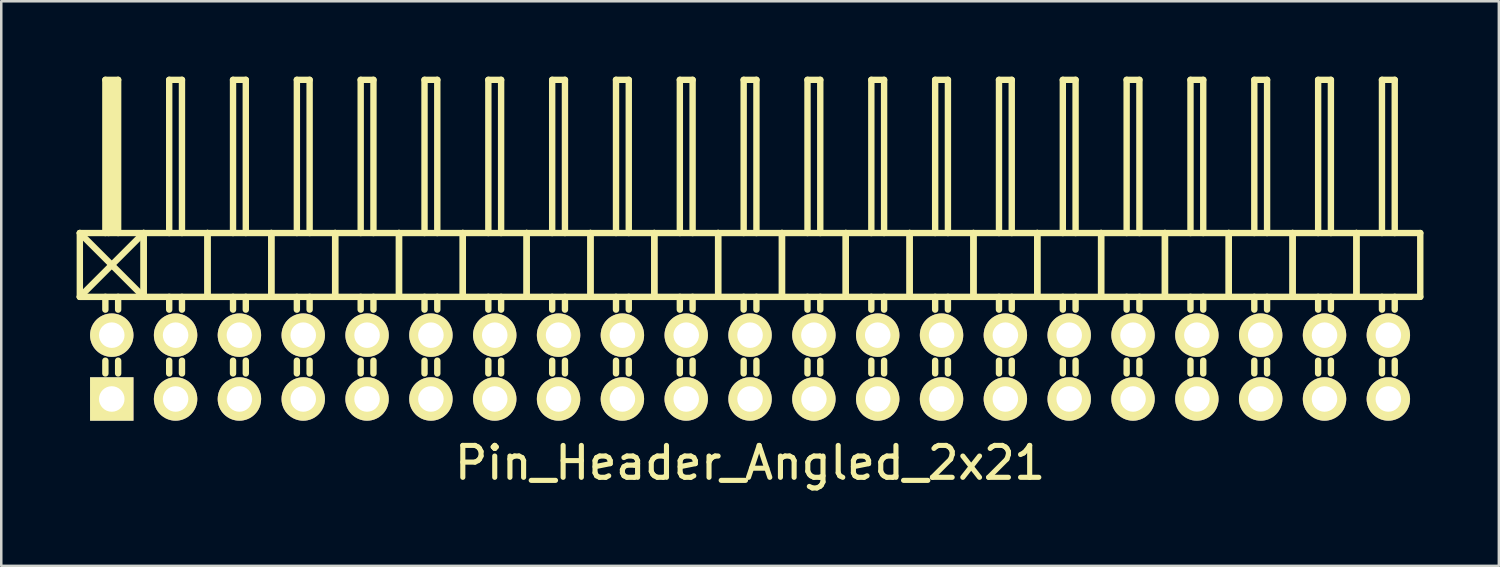
<source format=kicad_pcb>
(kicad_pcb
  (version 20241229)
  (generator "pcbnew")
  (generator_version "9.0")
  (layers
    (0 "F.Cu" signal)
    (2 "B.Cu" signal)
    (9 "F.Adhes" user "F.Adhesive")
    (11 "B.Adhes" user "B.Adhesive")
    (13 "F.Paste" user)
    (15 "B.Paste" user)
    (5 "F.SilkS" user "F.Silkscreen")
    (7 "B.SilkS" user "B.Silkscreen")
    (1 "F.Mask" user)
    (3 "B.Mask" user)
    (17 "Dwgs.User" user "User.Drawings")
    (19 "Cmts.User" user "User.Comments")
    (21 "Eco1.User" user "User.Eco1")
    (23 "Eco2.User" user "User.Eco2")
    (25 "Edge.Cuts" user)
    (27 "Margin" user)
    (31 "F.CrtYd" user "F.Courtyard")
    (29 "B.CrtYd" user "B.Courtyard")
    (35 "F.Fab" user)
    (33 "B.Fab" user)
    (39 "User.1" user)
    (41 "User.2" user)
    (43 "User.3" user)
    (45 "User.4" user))
  (footprint "Pin_Header_Angled_2x21"
    (layer "F.Cu")
    (at 26.797 11.557)
    (property "Reference" "Pin_Header_Angled_2x21" (at 0 3.81 0) (layer "F.SilkS") (effects (font (size 1.27 1.27) (thickness 0.203))))
    (attr through_hole)
    (fp_line (start -26.67 -5.334) (end -24.13 -2.794) (stroke (width 0.254) (type solid)) (layer "F.SilkS"))
    (fp_line (start -26.67 -2.794) (end -26.67 -5.334) (stroke (width 0.254) (type solid)) (layer "F.SilkS"))
    (fp_line (start -26.67 -2.794) (end -24.13 -5.334) (stroke (width 0.254) (type solid)) (layer "F.SilkS"))
    (fp_line (start -26.67 -2.794) (end -24.13 -2.794) (stroke (width 0.254) (type solid)) (layer "F.SilkS"))
    (fp_line (start -25.654 -11.43) (end -25.146 -11.43) (stroke (width 0.254) (type solid)) (layer "F.SilkS"))
    (fp_line (start -25.654 -5.334) (end -25.654 -11.43) (stroke (width 0.254) (type solid)) (layer "F.SilkS"))
    (fp_line (start -25.654 -2.794) (end -25.654 -2.286) (stroke (width 0.254) (type solid)) (layer "F.SilkS"))
    (fp_line (start -25.654 -0.254) (end -25.654 0.254) (stroke (width 0.254) (type solid)) (layer "F.SilkS"))
    (fp_line (start -25.527 -11.303) (end -25.273 -11.303) (stroke (width 0.254) (type solid)) (layer "F.SilkS"))
    (fp_line (start -25.527 -5.334) (end -25.527 -11.303) (stroke (width 0.254) (type solid)) (layer "F.SilkS"))
    (fp_line (start -25.4 -5.461) (end -25.4 -11.303) (stroke (width 0.254) (type solid)) (layer "F.SilkS"))
    (fp_line (start -25.273 -11.303) (end -25.273 -5.461) (stroke (width 0.254) (type solid)) (layer "F.SilkS"))
    (fp_line (start -25.273 -5.461) (end -25.4 -5.461) (stroke (width 0.254) (type solid)) (layer "F.SilkS"))
    (fp_line (start -25.146 -11.43) (end -25.146 -5.334) (stroke (width 0.254) (type solid)) (layer "F.SilkS"))
    (fp_line (start -25.146 -2.794) (end -25.146 -2.286) (stroke (width 0.254) (type solid)) (layer "F.SilkS"))
    (fp_line (start -25.146 -0.254) (end -25.146 0.254) (stroke (width 0.254) (type solid)) (layer "F.SilkS"))
    (fp_line (start -24.13 -5.334) (end -26.67 -5.334) (stroke (width 0.254) (type solid)) (layer "F.SilkS"))
    (fp_line (start -24.13 -2.794) (end -24.13 -5.334) (stroke (width 0.254) (type solid)) (layer "F.SilkS"))
    (fp_line (start -24.13 -2.794) (end -24.13 -5.334) (stroke (width 0.254) (type solid)) (layer "F.SilkS"))
    (fp_line (start -24.13 -2.794) (end -21.59 -2.794) (stroke (width 0.254) (type solid)) (layer "F.SilkS"))
    (fp_line (start -23.114 -11.43) (end -22.606 -11.43) (stroke (width 0.254) (type solid)) (layer "F.SilkS"))
    (fp_line (start -23.114 -5.334) (end -23.114 -11.43) (stroke (width 0.254) (type solid)) (layer "F.SilkS"))
    (fp_line (start -23.114 -2.794) (end -23.114 -2.286) (stroke (width 0.254) (type solid)) (layer "F.SilkS"))
    (fp_line (start -23.114 -0.254) (end -23.114 0.254) (stroke (width 0.254) (type solid)) (layer "F.SilkS"))
    (fp_line (start -22.606 -11.43) (end -22.606 -5.334) (stroke (width 0.254) (type solid)) (layer "F.SilkS"))
    (fp_line (start -22.606 -2.794) (end -22.606 -2.286) (stroke (width 0.254) (type solid)) (layer "F.SilkS"))
    (fp_line (start -22.606 -0.254) (end -22.606 0.254) (stroke (width 0.254) (type solid)) (layer "F.SilkS"))
    (fp_line (start -21.59 -5.334) (end -24.13 -5.334) (stroke (width 0.254) (type solid)) (layer "F.SilkS"))
    (fp_line (start -21.59 -2.794) (end -21.59 -5.334) (stroke (width 0.254) (type solid)) (layer "F.SilkS"))
    (fp_line (start -21.59 -2.794) (end -21.59 -5.334) (stroke (width 0.254) (type solid)) (layer "F.SilkS"))
    (fp_line (start -21.59 -2.794) (end -19.05 -2.794) (stroke (width 0.254) (type solid)) (layer "F.SilkS"))
    (fp_line (start -20.574 -11.43) (end -20.066 -11.43) (stroke (width 0.254) (type solid)) (layer "F.SilkS"))
    (fp_line (start -20.574 -5.334) (end -20.574 -11.43) (stroke (width 0.254) (type solid)) (layer "F.SilkS"))
    (fp_line (start -20.574 -2.794) (end -20.574 -2.286) (stroke (width 0.254) (type solid)) (layer "F.SilkS"))
    (fp_line (start -20.574 -0.254) (end -20.574 0.254) (stroke (width 0.254) (type solid)) (layer "F.SilkS"))
    (fp_line (start -20.066 -11.43) (end -20.066 -5.334) (stroke (width 0.254) (type solid)) (layer "F.SilkS"))
    (fp_line (start -20.066 -2.794) (end -20.066 -2.286) (stroke (width 0.254) (type solid)) (layer "F.SilkS"))
    (fp_line (start -20.066 -0.254) (end -20.066 0.254) (stroke (width 0.254) (type solid)) (layer "F.SilkS"))
    (fp_line (start -19.05 -5.334) (end -21.59 -5.334) (stroke (width 0.254) (type solid)) (layer "F.SilkS"))
    (fp_line (start -19.05 -2.794) (end -19.05 -5.334) (stroke (width 0.254) (type solid)) (layer "F.SilkS"))
    (fp_line (start -19.05 -2.794) (end -19.05 -5.334) (stroke (width 0.254) (type solid)) (layer "F.SilkS"))
    (fp_line (start -19.05 -2.794) (end -16.51 -2.794) (stroke (width 0.254) (type solid)) (layer "F.SilkS"))
    (fp_line (start -18.034 -11.43) (end -17.526 -11.43) (stroke (width 0.254) (type solid)) (layer "F.SilkS"))
    (fp_line (start -18.034 -5.334) (end -18.034 -11.43) (stroke (width 0.254) (type solid)) (layer "F.SilkS"))
    (fp_line (start -18.034 -2.794) (end -18.034 -2.286) (stroke (width 0.254) (type solid)) (layer "F.SilkS"))
    (fp_line (start -18.034 -0.254) (end -18.034 0.254) (stroke (width 0.254) (type solid)) (layer "F.SilkS"))
    (fp_line (start -17.526 -11.43) (end -17.526 -5.334) (stroke (width 0.254) (type solid)) (layer "F.SilkS"))
    (fp_line (start -17.526 -2.794) (end -17.526 -2.286) (stroke (width 0.254) (type solid)) (layer "F.SilkS"))
    (fp_line (start -17.526 -0.254) (end -17.526 0.254) (stroke (width 0.254) (type solid)) (layer "F.SilkS"))
    (fp_line (start -16.51 -5.334) (end -19.05 -5.334) (stroke (width 0.254) (type solid)) (layer "F.SilkS"))
    (fp_line (start -16.51 -2.794) (end -16.51 -5.334) (stroke (width 0.254) (type solid)) (layer "F.SilkS"))
    (fp_line (start -16.51 -2.794) (end -16.51 -5.334) (stroke (width 0.254) (type solid)) (layer "F.SilkS"))
    (fp_line (start -16.51 -2.794) (end -13.97 -2.794) (stroke (width 0.254) (type solid)) (layer "F.SilkS"))
    (fp_line (start -15.494 -11.43) (end -14.986 -11.43) (stroke (width 0.254) (type solid)) (layer "F.SilkS"))
    (fp_line (start -15.494 -5.334) (end -15.494 -11.43) (stroke (width 0.254) (type solid)) (layer "F.SilkS"))
    (fp_line (start -15.494 -2.794) (end -15.494 -2.286) (stroke (width 0.254) (type solid)) (layer "F.SilkS"))
    (fp_line (start -15.494 -0.254) (end -15.494 0.254) (stroke (width 0.254) (type solid)) (layer "F.SilkS"))
    (fp_line (start -14.986 -11.43) (end -14.986 -5.334) (stroke (width 0.254) (type solid)) (layer "F.SilkS"))
    (fp_line (start -14.986 -2.794) (end -14.986 -2.286) (stroke (width 0.254) (type solid)) (layer "F.SilkS"))
    (fp_line (start -14.986 -0.254) (end -14.986 0.254) (stroke (width 0.254) (type solid)) (layer "F.SilkS"))
    (fp_line (start -13.97 -5.334) (end -16.51 -5.334) (stroke (width 0.254) (type solid)) (layer "F.SilkS"))
    (fp_line (start -13.97 -2.794) (end -13.97 -5.334) (stroke (width 0.254) (type solid)) (layer "F.SilkS"))
    (fp_line (start -13.97 -2.794) (end -13.97 -5.334) (stroke (width 0.254) (type solid)) (layer "F.SilkS"))
    (fp_line (start -13.97 -2.794) (end -11.43 -2.794) (stroke (width 0.254) (type solid)) (layer "F.SilkS"))
    (fp_line (start -12.954 -11.43) (end -12.446 -11.43) (stroke (width 0.254) (type solid)) (layer "F.SilkS"))
    (fp_line (start -12.954 -5.334) (end -12.954 -11.43) (stroke (width 0.254) (type solid)) (layer "F.SilkS"))
    (fp_line (start -12.954 -2.794) (end -12.954 -2.286) (stroke (width 0.254) (type solid)) (layer "F.SilkS"))
    (fp_line (start -12.954 -0.254) (end -12.954 0.254) (stroke (width 0.254) (type solid)) (layer "F.SilkS"))
    (fp_line (start -12.446 -11.43) (end -12.446 -5.334) (stroke (width 0.254) (type solid)) (layer "F.SilkS"))
    (fp_line (start -12.446 -2.794) (end -12.446 -2.286) (stroke (width 0.254) (type solid)) (layer "F.SilkS"))
    (fp_line (start -12.446 -0.254) (end -12.446 0.254) (stroke (width 0.254) (type solid)) (layer "F.SilkS"))
    (fp_line (start -11.43 -5.334) (end -13.97 -5.334) (stroke (width 0.254) (type solid)) (layer "F.SilkS"))
    (fp_line (start -11.43 -2.794) (end -11.43 -5.334) (stroke (width 0.254) (type solid)) (layer "F.SilkS"))
    (fp_line (start -11.43 -2.794) (end -11.43 -5.334) (stroke (width 0.254) (type solid)) (layer "F.SilkS"))
    (fp_line (start -11.43 -2.794) (end -8.89 -2.794) (stroke (width 0.254) (type solid)) (layer "F.SilkS"))
    (fp_line (start -10.414 -11.43) (end -9.906 -11.43) (stroke (width 0.254) (type solid)) (layer "F.SilkS"))
    (fp_line (start -10.414 -5.334) (end -10.414 -11.43) (stroke (width 0.254) (type solid)) (layer "F.SilkS"))
    (fp_line (start -10.414 -2.794) (end -10.414 -2.286) (stroke (width 0.254) (type solid)) (layer "F.SilkS"))
    (fp_line (start -10.414 -0.254) (end -10.414 0.254) (stroke (width 0.254) (type solid)) (layer "F.SilkS"))
    (fp_line (start -9.906 -11.43) (end -9.906 -5.334) (stroke (width 0.254) (type solid)) (layer "F.SilkS"))
    (fp_line (start -9.906 -2.794) (end -9.906 -2.286) (stroke (width 0.254) (type solid)) (layer "F.SilkS"))
    (fp_line (start -9.906 -0.254) (end -9.906 0.254) (stroke (width 0.254) (type solid)) (layer "F.SilkS"))
    (fp_line (start -8.89 -5.334) (end -11.43 -5.334) (stroke (width 0.254) (type solid)) (layer "F.SilkS"))
    (fp_line (start -8.89 -2.794) (end -8.89 -5.334) (stroke (width 0.254) (type solid)) (layer "F.SilkS"))
    (fp_line (start -8.89 -2.794) (end -8.89 -5.334) (stroke (width 0.254) (type solid)) (layer "F.SilkS"))
    (fp_line (start -8.89 -2.794) (end -6.35 -2.794) (stroke (width 0.254) (type solid)) (layer "F.SilkS"))
    (fp_line (start -7.874 -11.43) (end -7.366 -11.43) (stroke (width 0.254) (type solid)) (layer "F.SilkS"))
    (fp_line (start -7.874 -5.334) (end -7.874 -11.43) (stroke (width 0.254) (type solid)) (layer "F.SilkS"))
    (fp_line (start -7.874 -2.794) (end -7.874 -2.286) (stroke (width 0.254) (type solid)) (layer "F.SilkS"))
    (fp_line (start -7.874 -0.254) (end -7.874 0.254) (stroke (width 0.254) (type solid)) (layer "F.SilkS"))
    (fp_line (start -7.366 -11.43) (end -7.366 -5.334) (stroke (width 0.254) (type solid)) (layer "F.SilkS"))
    (fp_line (start -7.366 -2.794) (end -7.366 -2.286) (stroke (width 0.254) (type solid)) (layer "F.SilkS"))
    (fp_line (start -7.366 -0.254) (end -7.366 0.254) (stroke (width 0.254) (type solid)) (layer "F.SilkS"))
    (fp_line (start -6.35 -5.334) (end -8.89 -5.334) (stroke (width 0.254) (type solid)) (layer "F.SilkS"))
    (fp_line (start -6.35 -2.794) (end -6.35 -5.334) (stroke (width 0.254) (type solid)) (layer "F.SilkS"))
    (fp_line (start -6.35 -2.794) (end -6.35 -5.334) (stroke (width 0.254) (type solid)) (layer "F.SilkS"))
    (fp_line (start -6.35 -2.794) (end -3.81 -2.794) (stroke (width 0.254) (type solid)) (layer "F.SilkS"))
    (fp_line (start -5.334 -11.43) (end -4.826 -11.43) (stroke (width 0.254) (type solid)) (layer "F.SilkS"))
    (fp_line (start -5.334 -5.334) (end -5.334 -11.43) (stroke (width 0.254) (type solid)) (layer "F.SilkS"))
    (fp_line (start -5.334 -2.794) (end -5.334 -2.286) (stroke (width 0.254) (type solid)) (layer "F.SilkS"))
    (fp_line (start -5.334 -0.254) (end -5.334 0.254) (stroke (width 0.254) (type solid)) (layer "F.SilkS"))
    (fp_line (start -4.826 -11.43) (end -4.826 -5.334) (stroke (width 0.254) (type solid)) (layer "F.SilkS"))
    (fp_line (start -4.826 -2.794) (end -4.826 -2.286) (stroke (width 0.254) (type solid)) (layer "F.SilkS"))
    (fp_line (start -4.826 -0.254) (end -4.826 0.254) (stroke (width 0.254) (type solid)) (layer "F.SilkS"))
    (fp_line (start -3.81 -5.334) (end -6.35 -5.334) (stroke (width 0.254) (type solid)) (layer "F.SilkS"))
    (fp_line (start -3.81 -2.794) (end -3.81 -5.334) (stroke (width 0.254) (type solid)) (layer "F.SilkS"))
    (fp_line (start -3.81 -2.794) (end -3.81 -5.334) (stroke (width 0.254) (type solid)) (layer "F.SilkS"))
    (fp_line (start -3.81 -2.794) (end -1.27 -2.794) (stroke (width 0.254) (type solid)) (layer "F.SilkS"))
    (fp_line (start -2.794 -11.43) (end -2.286 -11.43) (stroke (width 0.254) (type solid)) (layer "F.SilkS"))
    (fp_line (start -2.794 -5.334) (end -2.794 -11.43) (stroke (width 0.254) (type solid)) (layer "F.SilkS"))
    (fp_line (start -2.794 -2.794) (end -2.794 -2.286) (stroke (width 0.254) (type solid)) (layer "F.SilkS"))
    (fp_line (start -2.794 -0.254) (end -2.794 0.254) (stroke (width 0.254) (type solid)) (layer "F.SilkS"))
    (fp_line (start -2.286 -11.43) (end -2.286 -5.334) (stroke (width 0.254) (type solid)) (layer "F.SilkS"))
    (fp_line (start -2.286 -2.794) (end -2.286 -2.286) (stroke (width 0.254) (type solid)) (layer "F.SilkS"))
    (fp_line (start -2.286 -0.254) (end -2.286 0.254) (stroke (width 0.254) (type solid)) (layer "F.SilkS"))
    (fp_line (start -1.27 -5.334) (end -3.81 -5.334) (stroke (width 0.254) (type solid)) (layer "F.SilkS"))
    (fp_line (start -1.27 -2.794) (end -1.27 -5.334) (stroke (width 0.254) (type solid)) (layer "F.SilkS"))
    (fp_line (start -1.27 -2.794) (end -1.27 -5.334) (stroke (width 0.254) (type solid)) (layer "F.SilkS"))
    (fp_line (start -1.27 -2.794) (end 1.27 -2.794) (stroke (width 0.254) (type solid)) (layer "F.SilkS"))
    (fp_line (start -0.254 -11.43) (end 0.254 -11.43) (stroke (width 0.254) (type solid)) (layer "F.SilkS"))
    (fp_line (start -0.254 -5.334) (end -0.254 -11.43) (stroke (width 0.254) (type solid)) (layer "F.SilkS"))
    (fp_line (start -0.254 -2.794) (end -0.254 -2.286) (stroke (width 0.254) (type solid)) (layer "F.SilkS"))
    (fp_line (start -0.254 -0.254) (end -0.254 0.254) (stroke (width 0.254) (type solid)) (layer "F.SilkS"))
    (fp_line (start 0.254 -11.43) (end 0.254 -5.334) (stroke (width 0.254) (type solid)) (layer "F.SilkS"))
    (fp_line (start 0.254 -2.794) (end 0.254 -2.286) (stroke (width 0.254) (type solid)) (layer "F.SilkS"))
    (fp_line (start 0.254 -0.254) (end 0.254 0.254) (stroke (width 0.254) (type solid)) (layer "F.SilkS"))
    (fp_line (start 1.27 -5.334) (end -1.27 -5.334) (stroke (width 0.254) (type solid)) (layer "F.SilkS"))
    (fp_line (start 1.27 -2.794) (end 1.27 -5.334) (stroke (width 0.254) (type solid)) (layer "F.SilkS"))
    (fp_line (start 1.27 -2.794) (end 1.27 -5.334) (stroke (width 0.254) (type solid)) (layer "F.SilkS"))
    (fp_line (start 1.27 -2.794) (end 3.81 -2.794) (stroke (width 0.254) (type solid)) (layer "F.SilkS"))
    (fp_line (start 2.286 -11.43) (end 2.794 -11.43) (stroke (width 0.254) (type solid)) (layer "F.SilkS"))
    (fp_line (start 2.286 -5.334) (end 2.286 -11.43) (stroke (width 0.254) (type solid)) (layer "F.SilkS"))
    (fp_line (start 2.286 -2.794) (end 2.286 -2.286) (stroke (width 0.254) (type solid)) (layer "F.SilkS"))
    (fp_line (start 2.286 -0.254) (end 2.286 0.254) (stroke (width 0.254) (type solid)) (layer "F.SilkS"))
    (fp_line (start 2.794 -11.43) (end 2.794 -5.334) (stroke (width 0.254) (type solid)) (layer "F.SilkS"))
    (fp_line (start 2.794 -2.794) (end 2.794 -2.286) (stroke (width 0.254) (type solid)) (layer "F.SilkS"))
    (fp_line (start 2.794 -0.254) (end 2.794 0.254) (stroke (width 0.254) (type solid)) (layer "F.SilkS"))
    (fp_line (start 3.81 -5.334) (end 1.27 -5.334) (stroke (width 0.254) (type solid)) (layer "F.SilkS"))
    (fp_line (start 3.81 -2.794) (end 3.81 -5.334) (stroke (width 0.254) (type solid)) (layer "F.SilkS"))
    (fp_line (start 3.81 -2.794) (end 3.81 -5.334) (stroke (width 0.254) (type solid)) (layer "F.SilkS"))
    (fp_line (start 3.81 -2.794) (end 6.35 -2.794) (stroke (width 0.254) (type solid)) (layer "F.SilkS"))
    (fp_line (start 4.826 -11.43) (end 5.334 -11.43) (stroke (width 0.254) (type solid)) (layer "F.SilkS"))
    (fp_line (start 4.826 -5.334) (end 4.826 -11.43) (stroke (width 0.254) (type solid)) (layer "F.SilkS"))
    (fp_line (start 4.826 -2.794) (end 4.826 -2.286) (stroke (width 0.254) (type solid)) (layer "F.SilkS"))
    (fp_line (start 4.826 -0.254) (end 4.826 0.254) (stroke (width 0.254) (type solid)) (layer "F.SilkS"))
    (fp_line (start 5.334 -11.43) (end 5.334 -5.334) (stroke (width 0.254) (type solid)) (layer "F.SilkS"))
    (fp_line (start 5.334 -2.794) (end 5.334 -2.286) (stroke (width 0.254) (type solid)) (layer "F.SilkS"))
    (fp_line (start 5.334 -0.254) (end 5.334 0.254) (stroke (width 0.254) (type solid)) (layer "F.SilkS"))
    (fp_line (start 6.35 -5.334) (end 3.81 -5.334) (stroke (width 0.254) (type solid)) (layer "F.SilkS"))
    (fp_line (start 6.35 -2.794) (end 6.35 -5.334) (stroke (width 0.254) (type solid)) (layer "F.SilkS"))
    (fp_line (start 6.35 -2.794) (end 6.35 -5.334) (stroke (width 0.254) (type solid)) (layer "F.SilkS"))
    (fp_line (start 6.35 -2.794) (end 8.89 -2.794) (stroke (width 0.254) (type solid)) (layer "F.SilkS"))
    (fp_line (start 7.366 -11.43) (end 7.874 -11.43) (stroke (width 0.254) (type solid)) (layer "F.SilkS"))
    (fp_line (start 7.366 -5.334) (end 7.366 -11.43) (stroke (width 0.254) (type solid)) (layer "F.SilkS"))
    (fp_line (start 7.366 -2.794) (end 7.366 -2.286) (stroke (width 0.254) (type solid)) (layer "F.SilkS"))
    (fp_line (start 7.366 -0.254) (end 7.366 0.254) (stroke (width 0.254) (type solid)) (layer "F.SilkS"))
    (fp_line (start 7.874 -11.43) (end 7.874 -5.334) (stroke (width 0.254) (type solid)) (layer "F.SilkS"))
    (fp_line (start 7.874 -2.794) (end 7.874 -2.286) (stroke (width 0.254) (type solid)) (layer "F.SilkS"))
    (fp_line (start 7.874 -0.254) (end 7.874 0.254) (stroke (width 0.254) (type solid)) (layer "F.SilkS"))
    (fp_line (start 8.89 -5.334) (end 6.35 -5.334) (stroke (width 0.254) (type solid)) (layer "F.SilkS"))
    (fp_line (start 8.89 -2.794) (end 8.89 -5.334) (stroke (width 0.254) (type solid)) (layer "F.SilkS"))
    (fp_line (start 8.89 -2.794) (end 8.89 -5.334) (stroke (width 0.254) (type solid)) (layer "F.SilkS"))
    (fp_line (start 8.89 -2.794) (end 11.43 -2.794) (stroke (width 0.254) (type solid)) (layer "F.SilkS"))
    (fp_line (start 9.906 -11.43) (end 10.414 -11.43) (stroke (width 0.254) (type solid)) (layer "F.SilkS"))
    (fp_line (start 9.906 -5.334) (end 9.906 -11.43) (stroke (width 0.254) (type solid)) (layer "F.SilkS"))
    (fp_line (start 9.906 -2.794) (end 9.906 -2.286) (stroke (width 0.254) (type solid)) (layer "F.SilkS"))
    (fp_line (start 9.906 -0.254) (end 9.906 0.254) (stroke (width 0.254) (type solid)) (layer "F.SilkS"))
    (fp_line (start 10.414 -11.43) (end 10.414 -5.334) (stroke (width 0.254) (type solid)) (layer "F.SilkS"))
    (fp_line (start 10.414 -2.794) (end 10.414 -2.286) (stroke (width 0.254) (type solid)) (layer "F.SilkS"))
    (fp_line (start 10.414 -0.254) (end 10.414 0.254) (stroke (width 0.254) (type solid)) (layer "F.SilkS"))
    (fp_line (start 11.43 -5.334) (end 8.89 -5.334) (stroke (width 0.254) (type solid)) (layer "F.SilkS"))
    (fp_line (start 11.43 -2.794) (end 11.43 -5.334) (stroke (width 0.254) (type solid)) (layer "F.SilkS"))
    (fp_line (start 11.43 -2.794) (end 11.43 -5.334) (stroke (width 0.254) (type solid)) (layer "F.SilkS"))
    (fp_line (start 11.43 -2.794) (end 13.97 -2.794) (stroke (width 0.254) (type solid)) (layer "F.SilkS"))
    (fp_line (start 12.446 -11.43) (end 12.954 -11.43) (stroke (width 0.254) (type solid)) (layer "F.SilkS"))
    (fp_line (start 12.446 -5.334) (end 12.446 -11.43) (stroke (width 0.254) (type solid)) (layer "F.SilkS"))
    (fp_line (start 12.446 -2.794) (end 12.446 -2.286) (stroke (width 0.254) (type solid)) (layer "F.SilkS"))
    (fp_line (start 12.446 -0.254) (end 12.446 0.254) (stroke (width 0.254) (type solid)) (layer "F.SilkS"))
    (fp_line (start 12.954 -11.43) (end 12.954 -5.334) (stroke (width 0.254) (type solid)) (layer "F.SilkS"))
    (fp_line (start 12.954 -2.794) (end 12.954 -2.286) (stroke (width 0.254) (type solid)) (layer "F.SilkS"))
    (fp_line (start 12.954 -0.254) (end 12.954 0.254) (stroke (width 0.254) (type solid)) (layer "F.SilkS"))
    (fp_line (start 13.97 -5.334) (end 11.43 -5.334) (stroke (width 0.254) (type solid)) (layer "F.SilkS"))
    (fp_line (start 13.97 -2.794) (end 13.97 -5.334) (stroke (width 0.254) (type solid)) (layer "F.SilkS"))
    (fp_line (start 13.97 -2.794) (end 13.97 -5.334) (stroke (width 0.254) (type solid)) (layer "F.SilkS"))
    (fp_line (start 13.97 -2.794) (end 16.51 -2.794) (stroke (width 0.254) (type solid)) (layer "F.SilkS"))
    (fp_line (start 14.986 -11.43) (end 15.494 -11.43) (stroke (width 0.254) (type solid)) (layer "F.SilkS"))
    (fp_line (start 14.986 -5.334) (end 14.986 -11.43) (stroke (width 0.254) (type solid)) (layer "F.SilkS"))
    (fp_line (start 14.986 -2.794) (end 14.986 -2.286) (stroke (width 0.254) (type solid)) (layer "F.SilkS"))
    (fp_line (start 14.986 -0.254) (end 14.986 0.254) (stroke (width 0.254) (type solid)) (layer "F.SilkS"))
    (fp_line (start 15.494 -11.43) (end 15.494 -5.334) (stroke (width 0.254) (type solid)) (layer "F.SilkS"))
    (fp_line (start 15.494 -2.794) (end 15.494 -2.286) (stroke (width 0.254) (type solid)) (layer "F.SilkS"))
    (fp_line (start 15.494 -0.254) (end 15.494 0.254) (stroke (width 0.254) (type solid)) (layer "F.SilkS"))
    (fp_line (start 16.51 -5.334) (end 13.97 -5.334) (stroke (width 0.254) (type solid)) (layer "F.SilkS"))
    (fp_line (start 16.51 -2.794) (end 16.51 -5.334) (stroke (width 0.254) (type solid)) (layer "F.SilkS"))
    (fp_line (start 16.51 -2.794) (end 16.51 -5.334) (stroke (width 0.254) (type solid)) (layer "F.SilkS"))
    (fp_line (start 16.51 -2.794) (end 19.05 -2.794) (stroke (width 0.254) (type solid)) (layer "F.SilkS"))
    (fp_line (start 17.526 -11.43) (end 18.034 -11.43) (stroke (width 0.254) (type solid)) (layer "F.SilkS"))
    (fp_line (start 17.526 -5.334) (end 17.526 -11.43) (stroke (width 0.254) (type solid)) (layer "F.SilkS"))
    (fp_line (start 17.526 -2.794) (end 17.526 -2.286) (stroke (width 0.254) (type solid)) (layer "F.SilkS"))
    (fp_line (start 17.526 -0.254) (end 17.526 0.254) (stroke (width 0.254) (type solid)) (layer "F.SilkS"))
    (fp_line (start 18.034 -11.43) (end 18.034 -5.334) (stroke (width 0.254) (type solid)) (layer "F.SilkS"))
    (fp_line (start 18.034 -2.794) (end 18.034 -2.286) (stroke (width 0.254) (type solid)) (layer "F.SilkS"))
    (fp_line (start 18.034 -0.254) (end 18.034 0.254) (stroke (width 0.254) (type solid)) (layer "F.SilkS"))
    (fp_line (start 19.05 -5.334) (end 16.51 -5.334) (stroke (width 0.254) (type solid)) (layer "F.SilkS"))
    (fp_line (start 19.05 -2.794) (end 19.05 -5.334) (stroke (width 0.254) (type solid)) (layer "F.SilkS"))
    (fp_line (start 19.05 -2.794) (end 19.05 -5.334) (stroke (width 0.254) (type solid)) (layer "F.SilkS"))
    (fp_line (start 19.05 -2.794) (end 21.59 -2.794) (stroke (width 0.254) (type solid)) (layer "F.SilkS"))
    (fp_line (start 20.066 -11.43) (end 20.574 -11.43) (stroke (width 0.254) (type solid)) (layer "F.SilkS"))
    (fp_line (start 20.066 -5.334) (end 20.066 -11.43) (stroke (width 0.254) (type solid)) (layer "F.SilkS"))
    (fp_line (start 20.066 -2.794) (end 20.066 -2.286) (stroke (width 0.254) (type solid)) (layer "F.SilkS"))
    (fp_line (start 20.066 -0.254) (end 20.066 0.254) (stroke (width 0.254) (type solid)) (layer "F.SilkS"))
    (fp_line (start 20.574 -11.43) (end 20.574 -5.334) (stroke (width 0.254) (type solid)) (layer "F.SilkS"))
    (fp_line (start 20.574 -2.794) (end 20.574 -2.286) (stroke (width 0.254) (type solid)) (layer "F.SilkS"))
    (fp_line (start 20.574 -0.254) (end 20.574 0.254) (stroke (width 0.254) (type solid)) (layer "F.SilkS"))
    (fp_line (start 21.59 -5.334) (end 19.05 -5.334) (stroke (width 0.254) (type solid)) (layer "F.SilkS"))
    (fp_line (start 21.59 -2.794) (end 21.59 -5.334) (stroke (width 0.254) (type solid)) (layer "F.SilkS"))
    (fp_line (start 21.59 -2.794) (end 21.59 -5.334) (stroke (width 0.254) (type solid)) (layer "F.SilkS"))
    (fp_line (start 21.59 -2.794) (end 24.13 -2.794) (stroke (width 0.254) (type solid)) (layer "F.SilkS"))
    (fp_line (start 22.606 -11.43) (end 23.114 -11.43) (stroke (width 0.254) (type solid)) (layer "F.SilkS"))
    (fp_line (start 22.606 -5.334) (end 22.606 -11.43) (stroke (width 0.254) (type solid)) (layer "F.SilkS"))
    (fp_line (start 22.606 -2.794) (end 22.606 -2.286) (stroke (width 0.254) (type solid)) (layer "F.SilkS"))
    (fp_line (start 22.606 -0.254) (end 22.606 0.254) (stroke (width 0.254) (type solid)) (layer "F.SilkS"))
    (fp_line (start 23.114 -11.43) (end 23.114 -5.334) (stroke (width 0.254) (type solid)) (layer "F.SilkS"))
    (fp_line (start 23.114 -2.794) (end 23.114 -2.286) (stroke (width 0.254) (type solid)) (layer "F.SilkS"))
    (fp_line (start 23.114 -0.254) (end 23.114 0.254) (stroke (width 0.254) (type solid)) (layer "F.SilkS"))
    (fp_line (start 24.13 -5.334) (end 21.59 -5.334) (stroke (width 0.254) (type solid)) (layer "F.SilkS"))
    (fp_line (start 24.13 -2.794) (end 24.13 -5.334) (stroke (width 0.254) (type solid)) (layer "F.SilkS"))
    (fp_line (start 24.13 -2.794) (end 24.13 -5.334) (stroke (width 0.254) (type solid)) (layer "F.SilkS"))
    (fp_line (start 24.13 -2.794) (end 26.67 -2.794) (stroke (width 0.254) (type solid)) (layer "F.SilkS"))
    (fp_line (start 25.146 -11.43) (end 25.654 -11.43) (stroke (width 0.254) (type solid)) (layer "F.SilkS"))
    (fp_line (start 25.146 -5.334) (end 25.146 -11.43) (stroke (width 0.254) (type solid)) (layer "F.SilkS"))
    (fp_line (start 25.146 -2.794) (end 25.146 -2.286) (stroke (width 0.254) (type solid)) (layer "F.SilkS"))
    (fp_line (start 25.146 -0.254) (end 25.146 0.254) (stroke (width 0.254) (type solid)) (layer "F.SilkS"))
    (fp_line (start 25.654 -11.43) (end 25.654 -5.334) (stroke (width 0.254) (type solid)) (layer "F.SilkS"))
    (fp_line (start 25.654 -2.794) (end 25.654 -2.286) (stroke (width 0.254) (type solid)) (layer "F.SilkS"))
    (fp_line (start 25.654 -0.254) (end 25.654 0.254) (stroke (width 0.254) (type solid)) (layer "F.SilkS"))
    (fp_line (start 26.67 -5.334) (end 24.13 -5.334) (stroke (width 0.254) (type solid)) (layer "F.SilkS"))
    (fp_line (start 26.67 -2.794) (end 26.67 -5.334) (stroke (width 0.254) (type solid)) (layer "F.SilkS"))
    (pad "1" thru_hole rect (at -25.4 1.27) (size 1.727 1.727) (drill 1.016) (layers "*.Cu" "*.Mask" "F.SilkS"))
    (pad "2" thru_hole oval (at -25.4 -1.27) (size 1.727 1.727) (drill 1.016) (layers "*.Cu" "*.Mask" "F.SilkS"))
    (pad "3" thru_hole oval (at -22.86 1.27) (size 1.727 1.727) (drill 1.016) (layers "*.Cu" "*.Mask" "F.SilkS"))
    (pad "4" thru_hole oval (at -22.86 -1.27) (size 1.727 1.727) (drill 1.016) (layers "*.Cu" "*.Mask" "F.SilkS"))
    (pad "5" thru_hole oval (at -20.32 1.27) (size 1.727 1.727) (drill 1.016) (layers "*.Cu" "*.Mask" "F.SilkS"))
    (pad "6" thru_hole oval (at -20.32 -1.27) (size 1.727 1.727) (drill 1.016) (layers "*.Cu" "*.Mask" "F.SilkS"))
    (pad "7" thru_hole oval (at -17.78 1.27) (size 1.727 1.727) (drill 1.016) (layers "*.Cu" "*.Mask" "F.SilkS"))
    (pad "8" thru_hole oval (at -17.78 -1.27) (size 1.727 1.727) (drill 1.016) (layers "*.Cu" "*.Mask" "F.SilkS"))
    (pad "9" thru_hole oval (at -15.24 1.27) (size 1.727 1.727) (drill 1.016) (layers "*.Cu" "*.Mask" "F.SilkS"))
    (pad "10" thru_hole oval (at -15.24 -1.27) (size 1.727 1.727) (drill 1.016) (layers "*.Cu" "*.Mask" "F.SilkS"))
    (pad "11" thru_hole oval (at -12.7 1.27) (size 1.727 1.727) (drill 1.016) (layers "*.Cu" "*.Mask" "F.SilkS"))
    (pad "12" thru_hole oval (at -12.7 -1.27) (size 1.727 1.727) (drill 1.016) (layers "*.Cu" "*.Mask" "F.SilkS"))
    (pad "13" thru_hole oval (at -10.16 1.27) (size 1.727 1.727) (drill 1.016) (layers "*.Cu" "*.Mask" "F.SilkS"))
    (pad "14" thru_hole oval (at -10.16 -1.27) (size 1.727 1.727) (drill 1.016) (layers "*.Cu" "*.Mask" "F.SilkS"))
    (pad "15" thru_hole oval (at -7.62 1.27) (size 1.727 1.727) (drill 1.016) (layers "*.Cu" "*.Mask" "F.SilkS"))
    (pad "16" thru_hole oval (at -7.62 -1.27) (size 1.727 1.727) (drill 1.016) (layers "*.Cu" "*.Mask" "F.SilkS"))
    (pad "17" thru_hole oval (at -5.08 1.27) (size 1.727 1.727) (drill 1.016) (layers "*.Cu" "*.Mask" "F.SilkS"))
    (pad "18" thru_hole oval (at -5.08 -1.27) (size 1.727 1.727) (drill 1.016) (layers "*.Cu" "*.Mask" "F.SilkS"))
    (pad "19" thru_hole oval (at -2.54 1.27) (size 1.727 1.727) (drill 1.016) (layers "*.Cu" "*.Mask" "F.SilkS"))
    (pad "20" thru_hole oval (at -2.54 -1.27) (size 1.727 1.727) (drill 1.016) (layers "*.Cu" "*.Mask" "F.SilkS"))
    (pad "21" thru_hole oval (at 0 1.27) (size 1.727 1.727) (drill 1.016) (layers "*.Cu" "*.Mask" "F.SilkS"))
    (pad "22" thru_hole oval (at 0 -1.27) (size 1.727 1.727) (drill 1.016) (layers "*.Cu" "*.Mask" "F.SilkS"))
    (pad "23" thru_hole oval (at 2.54 1.27) (size 1.727 1.727) (drill 1.016) (layers "*.Cu" "*.Mask" "F.SilkS"))
    (pad "24" thru_hole oval (at 2.54 -1.27) (size 1.727 1.727) (drill 1.016) (layers "*.Cu" "*.Mask" "F.SilkS"))
    (pad "25" thru_hole oval (at 5.08 1.27) (size 1.727 1.727) (drill 1.016) (layers "*.Cu" "*.Mask" "F.SilkS"))
    (pad "26" thru_hole oval (at 5.08 -1.27) (size 1.727 1.727) (drill 1.016) (layers "*.Cu" "*.Mask" "F.SilkS"))
    (pad "27" thru_hole oval (at 7.62 1.27) (size 1.727 1.727) (drill 1.016) (layers "*.Cu" "*.Mask" "F.SilkS"))
    (pad "28" thru_hole oval (at 7.62 -1.27) (size 1.727 1.727) (drill 1.016) (layers "*.Cu" "*.Mask" "F.SilkS"))
    (pad "29" thru_hole oval (at 10.16 1.27) (size 1.727 1.727) (drill 1.016) (layers "*.Cu" "*.Mask" "F.SilkS"))
    (pad "30" thru_hole oval (at 10.16 -1.27) (size 1.727 1.727) (drill 1.016) (layers "*.Cu" "*.Mask" "F.SilkS"))
    (pad "31" thru_hole oval (at 12.7 1.27) (size 1.727 1.727) (drill 1.016) (layers "*.Cu" "*.Mask" "F.SilkS"))
    (pad "32" thru_hole oval (at 12.7 -1.27) (size 1.727 1.727) (drill 1.016) (layers "*.Cu" "*.Mask" "F.SilkS"))
    (pad "33" thru_hole oval (at 15.24 1.27) (size 1.727 1.727) (drill 1.016) (layers "*.Cu" "*.Mask" "F.SilkS"))
    (pad "34" thru_hole oval (at 15.24 -1.27) (size 1.727 1.727) (drill 1.016) (layers "*.Cu" "*.Mask" "F.SilkS"))
    (pad "35" thru_hole oval (at 17.78 1.27) (size 1.727 1.727) (drill 1.016) (layers "*.Cu" "*.Mask" "F.SilkS"))
    (pad "36" thru_hole oval (at 17.78 -1.27) (size 1.727 1.727) (drill 1.016) (layers "*.Cu" "*.Mask" "F.SilkS"))
    (pad "37" thru_hole oval (at 20.32 1.27) (size 1.727 1.727) (drill 1.016) (layers "*.Cu" "*.Mask" "F.SilkS"))
    (pad "38" thru_hole oval (at 20.32 -1.27) (size 1.727 1.727) (drill 1.016) (layers "*.Cu" "*.Mask" "F.SilkS"))
    (pad "39" thru_hole oval (at 22.86 1.27) (size 1.727 1.727) (drill 1.016) (layers "*.Cu" "*.Mask" "F.SilkS"))
    (pad "40" thru_hole oval (at 22.86 -1.27) (size 1.727 1.727) (drill 1.016) (layers "*.Cu" "*.Mask" "F.SilkS"))
    (pad "41" thru_hole oval (at 25.4 1.27) (size 1.727 1.727) (drill 1.016) (layers "*.Cu" "*.Mask" "F.SilkS"))
    (pad "42" thru_hole oval (at 25.4 -1.27) (size 1.727 1.727) (drill 1.016) (layers "*.Cu" "*.Mask" "F.SilkS")))
  (gr_rect
    (start -3 -3)
    (end 56.594 19.467)
    (stroke (width 0.1) (type default))
    (fill no)
    (layer "Edge.Cuts")))
</source>
